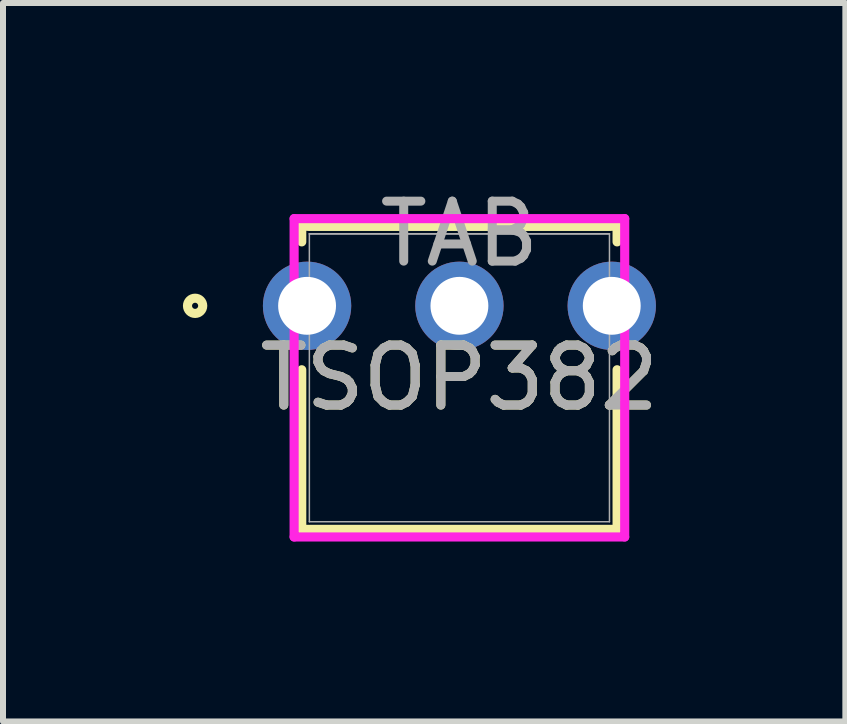
<source format=kicad_pcb>
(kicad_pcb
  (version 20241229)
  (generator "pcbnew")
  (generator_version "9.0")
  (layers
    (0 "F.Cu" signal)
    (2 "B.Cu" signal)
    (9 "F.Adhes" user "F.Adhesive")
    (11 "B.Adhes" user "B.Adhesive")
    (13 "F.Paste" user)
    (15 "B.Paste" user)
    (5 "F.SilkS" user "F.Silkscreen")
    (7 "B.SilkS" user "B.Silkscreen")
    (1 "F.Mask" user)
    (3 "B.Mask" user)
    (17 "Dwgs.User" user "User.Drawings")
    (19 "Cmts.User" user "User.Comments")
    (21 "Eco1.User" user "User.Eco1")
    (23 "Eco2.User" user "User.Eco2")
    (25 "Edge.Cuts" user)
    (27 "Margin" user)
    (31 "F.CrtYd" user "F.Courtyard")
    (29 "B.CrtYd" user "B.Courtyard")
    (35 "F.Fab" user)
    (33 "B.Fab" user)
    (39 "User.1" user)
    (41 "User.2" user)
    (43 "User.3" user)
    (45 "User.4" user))
  (footprint "TSOP382"
    (layer "F.Cu")
    (at 2.07 2.049)
    (property "Reference" "TSOP382" (at 2.54 1.2 0) (unlocked yes) (layer "F.SilkS") (effects (font (size 1 1) (thickness 0.15))))
    (attr through_hole)
    (fp_line (start -0.089 -1.327) (end -0.089 -1.066) (stroke (width 0.152) (type solid)) (layer "F.SilkS"))
    (fp_line (start -0.089 1.066) (end -0.089 3.727) (stroke (width 0.152) (type solid)) (layer "F.SilkS"))
    (fp_line (start -0.089 3.727) (end 5.169 3.727) (stroke (width 0.152) (type solid)) (layer "F.SilkS"))
    (fp_line (start 0.038 -1.327) (end 5.042 -1.327) (stroke (width 0.152) (type solid)) (layer "F.SilkS"))
    (fp_line (start 5.169 -1.327) (end -0.089 -1.327) (stroke (width 0.152) (type solid)) (layer "F.SilkS"))
    (fp_line (start 5.169 -1.066) (end 5.169 -1.327) (stroke (width 0.152) (type solid)) (layer "F.SilkS"))
    (fp_line (start 5.169 3.727) (end 5.169 1.066) (stroke (width 0.152) (type solid)) (layer "F.SilkS"))
    (fp_circle (center -1.867 0) (end -1.74 0) (stroke (width 0.152) (type solid)) (fill no) (layer "F.SilkS"))
    (fp_line (start -0.216 -1.454) (end -0.216 3.854) (stroke (width 0.152) (type solid)) (layer "F.CrtYd"))
    (fp_line (start -0.216 3.854) (end 5.296 3.854) (stroke (width 0.152) (type solid)) (layer "F.CrtYd"))
    (fp_line (start 5.296 -1.454) (end -0.216 -1.454) (stroke (width 0.152) (type solid)) (layer "F.CrtYd"))
    (fp_line (start 5.296 3.854) (end 5.296 -1.454) (stroke (width 0.152) (type solid)) (layer "F.CrtYd"))
    (fp_line (start 0.038 -1.2) (end 0.038 3.6) (stroke (width 0.025) (type solid)) (layer "F.Fab"))
    (fp_line (start 0.038 -1.2) (end 5.042 -1.2) (stroke (width 0.025) (type solid)) (layer "F.Fab"))
    (fp_line (start 0.038 3.6) (end 5.042 3.6) (stroke (width 0.025) (type solid)) (layer "F.Fab"))
    (fp_line (start 5.042 -1.2) (end 0.038 -1.2) (stroke (width 0.025) (type solid)) (layer "F.Fab"))
    (fp_line (start 5.042 3.6) (end 5.042 -1.2) (stroke (width 0.025) (type solid)) (layer "F.Fab"))
    (fp_circle (center 0.292 0) (end 0.419 0) (stroke (width 0.025) (type solid)) (fill no) (layer "F.Fab"))
    (fp_text user "TAB" (at 2.54 -1.2 0) (unlocked yes) (layer "F.Fab") (effects (font (size 1 1) (thickness 0.15))))
    (fp_text user "${REFERENCE}" (at 2.54 1.2 0) (unlocked yes) (layer "F.Fab") (effects (font (size 1 1) (thickness 0.15))))
    (pad "1" thru_hole circle (at 0 0) (size 1.473 1.473) (drill 0.965) (layers "*.Cu" "*.Mask"))
    (pad "2" thru_hole circle (at 2.54 0) (size 1.473 1.473) (drill 0.965) (layers "*.Cu" "*.Mask"))
    (pad "3" thru_hole circle (at 5.08 0) (size 1.473 1.473) (drill 0.965) (layers "*.Cu" "*.Mask")))
  (gr_rect
    (start -3 -3)
    (end 11.045 8.979)
    (stroke (width 0.1) (type default))
    (fill no)
    (layer "Edge.Cuts")))
</source>
